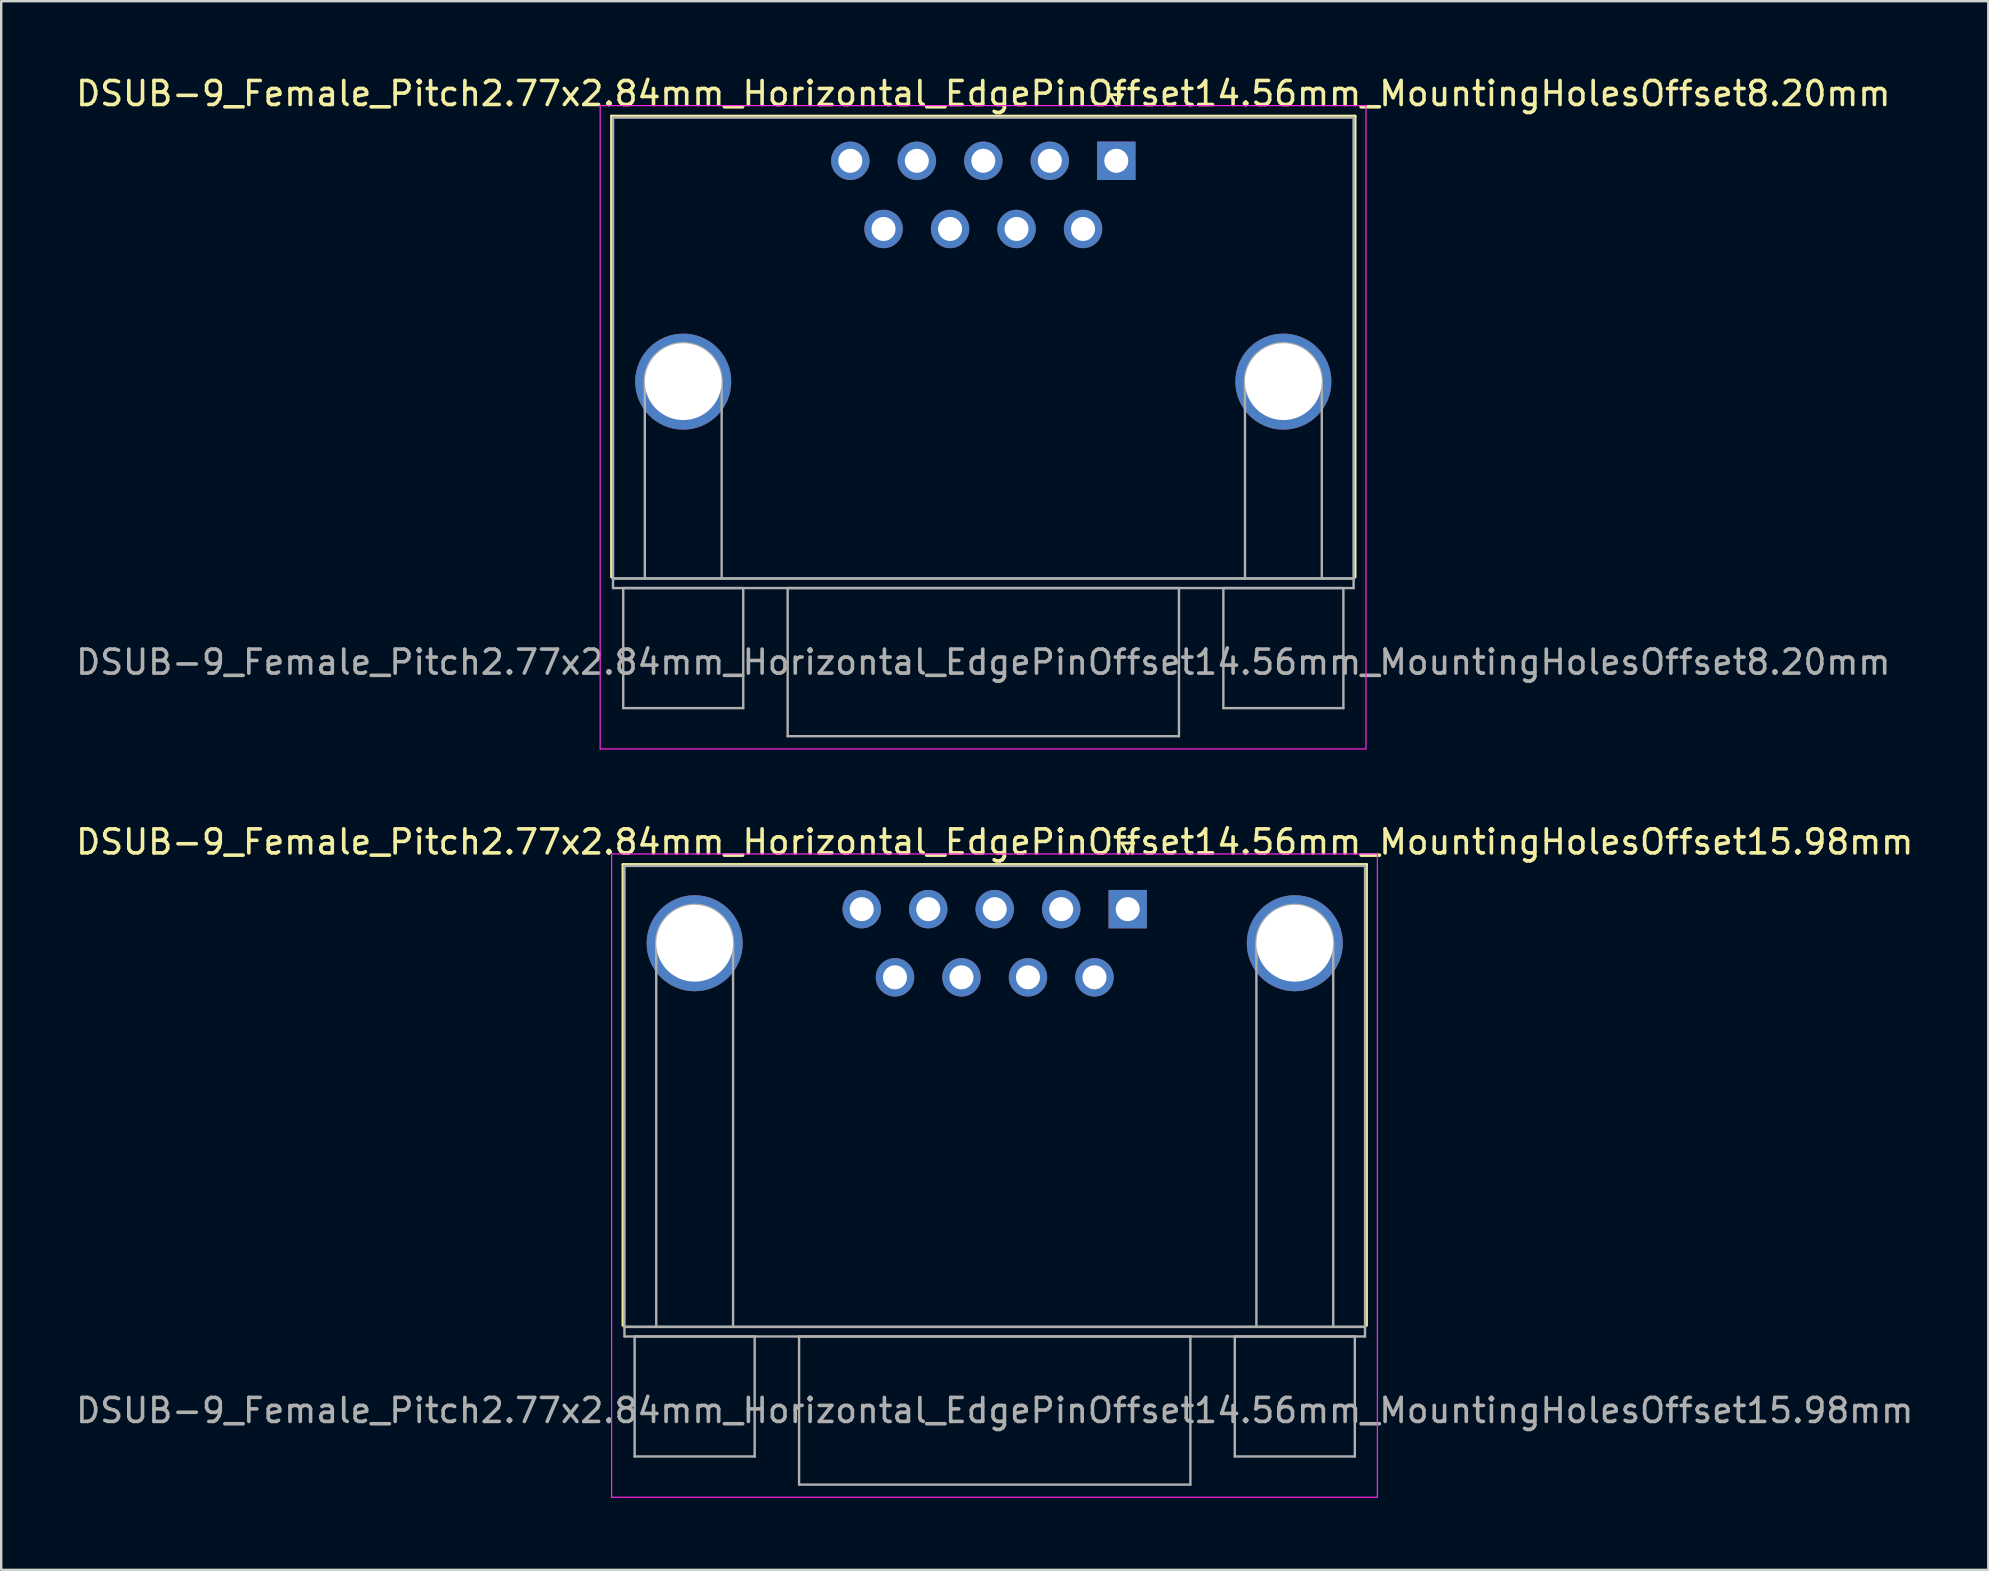
<source format=kicad_pcb>
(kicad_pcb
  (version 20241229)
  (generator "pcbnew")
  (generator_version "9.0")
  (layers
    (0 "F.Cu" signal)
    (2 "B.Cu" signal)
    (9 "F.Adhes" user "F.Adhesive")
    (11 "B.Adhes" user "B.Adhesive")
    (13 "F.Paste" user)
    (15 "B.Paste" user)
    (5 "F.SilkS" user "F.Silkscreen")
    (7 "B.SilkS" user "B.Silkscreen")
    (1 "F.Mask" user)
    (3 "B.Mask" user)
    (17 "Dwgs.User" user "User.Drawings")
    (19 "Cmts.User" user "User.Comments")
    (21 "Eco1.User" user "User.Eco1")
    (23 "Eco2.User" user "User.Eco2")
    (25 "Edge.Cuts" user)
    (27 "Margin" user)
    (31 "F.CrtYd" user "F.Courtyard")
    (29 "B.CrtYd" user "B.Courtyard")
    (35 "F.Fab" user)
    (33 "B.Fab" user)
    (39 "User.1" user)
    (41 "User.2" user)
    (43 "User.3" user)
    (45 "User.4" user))
  (footprint "DSUB-9_Female_Pitch2.77x2.84mm_Horizontal_EdgePinOffset14.56mm_MountingHolesOffset15.98mm"
    (layer "F.Cu")
    (at 43.927 34.822)
    (property "Reference" "DSUB-9_Female_Pitch2.77x2.84mm_Horizontal_EdgePinOffset14.56mm_MountingHolesOffset15.98mm" (at -5.54 -2.8 0) (layer "F.SilkS") (effects (font (size 1 1) (thickness 0.15))))
    (attr through_hole)
    (fp_line (start -21.025 -1.86) (end 9.945 -1.86) (stroke (width 0.12) (type solid)) (layer "F.SilkS"))
    (fp_line (start -21.025 17.34) (end -21.025 -1.86) (stroke (width 0.12) (type solid)) (layer "F.SilkS"))
    (fp_line (start -0.25 -2.754) (end 0.25 -2.754) (stroke (width 0.12) (type solid)) (layer "F.SilkS"))
    (fp_line (start 0 -2.321) (end -0.25 -2.754) (stroke (width 0.12) (type solid)) (layer "F.SilkS"))
    (fp_line (start 0.25 -2.754) (end 0 -2.321) (stroke (width 0.12) (type solid)) (layer "F.SilkS"))
    (fp_line (start 9.945 -1.86) (end 9.945 17.34) (stroke (width 0.12) (type solid)) (layer "F.SilkS"))
    (fp_line (start -21.5 -2.3) (end -21.5 24.5) (stroke (width 0.05) (type solid)) (layer "F.CrtYd"))
    (fp_line (start -21.5 24.5) (end 10.4 24.5) (stroke (width 0.05) (type solid)) (layer "F.CrtYd"))
    (fp_line (start 10.4 -2.3) (end -21.5 -2.3) (stroke (width 0.05) (type solid)) (layer "F.CrtYd"))
    (fp_line (start 10.4 24.5) (end 10.4 -2.3) (stroke (width 0.05) (type solid)) (layer "F.CrtYd"))
    (fp_line (start -20.965 -1.8) (end -20.965 17.4) (stroke (width 0.1) (type solid)) (layer "F.Fab"))
    (fp_line (start -20.965 17.4) (end -20.965 17.8) (stroke (width 0.1) (type solid)) (layer "F.Fab"))
    (fp_line (start -20.965 17.4) (end 9.885 17.4) (stroke (width 0.1) (type solid)) (layer "F.Fab"))
    (fp_line (start -20.965 17.8) (end 9.885 17.8) (stroke (width 0.1) (type solid)) (layer "F.Fab"))
    (fp_line (start -20.54 17.8) (end -20.54 22.8) (stroke (width 0.1) (type solid)) (layer "F.Fab"))
    (fp_line (start -20.54 22.8) (end -15.54 22.8) (stroke (width 0.1) (type solid)) (layer "F.Fab"))
    (fp_line (start -19.64 17.4) (end -19.64 1.42) (stroke (width 0.1) (type solid)) (layer "F.Fab"))
    (fp_line (start -16.44 17.4) (end -16.44 1.42) (stroke (width 0.1) (type solid)) (layer "F.Fab"))
    (fp_line (start -15.54 17.8) (end -20.54 17.8) (stroke (width 0.1) (type solid)) (layer "F.Fab"))
    (fp_line (start -15.54 22.8) (end -15.54 17.8) (stroke (width 0.1) (type solid)) (layer "F.Fab"))
    (fp_line (start -13.69 17.8) (end -13.69 23.97) (stroke (width 0.1) (type solid)) (layer "F.Fab"))
    (fp_line (start -13.69 23.97) (end 2.61 23.97) (stroke (width 0.1) (type solid)) (layer "F.Fab"))
    (fp_line (start 2.61 17.8) (end -13.69 17.8) (stroke (width 0.1) (type solid)) (layer "F.Fab"))
    (fp_line (start 2.61 23.97) (end 2.61 17.8) (stroke (width 0.1) (type solid)) (layer "F.Fab"))
    (fp_line (start 4.46 17.8) (end 4.46 22.8) (stroke (width 0.1) (type solid)) (layer "F.Fab"))
    (fp_line (start 4.46 22.8) (end 9.46 22.8) (stroke (width 0.1) (type solid)) (layer "F.Fab"))
    (fp_line (start 5.36 17.4) (end 5.36 1.42) (stroke (width 0.1) (type solid)) (layer "F.Fab"))
    (fp_line (start 8.56 17.4) (end 8.56 1.42) (stroke (width 0.1) (type solid)) (layer "F.Fab"))
    (fp_line (start 9.46 17.8) (end 4.46 17.8) (stroke (width 0.1) (type solid)) (layer "F.Fab"))
    (fp_line (start 9.46 22.8) (end 9.46 17.8) (stroke (width 0.1) (type solid)) (layer "F.Fab"))
    (fp_line (start 9.885 -1.8) (end -20.965 -1.8) (stroke (width 0.1) (type solid)) (layer "F.Fab"))
    (fp_line (start 9.885 17.4) (end -20.965 17.4) (stroke (width 0.1) (type solid)) (layer "F.Fab"))
    (fp_line (start 9.885 17.4) (end 9.885 -1.8) (stroke (width 0.1) (type solid)) (layer "F.Fab"))
    (fp_line (start 9.885 17.8) (end 9.885 17.4) (stroke (width 0.1) (type solid)) (layer "F.Fab"))
    (fp_arc (start -19.64 1.42) (mid -18.04 -0.18) (end -16.44 1.42) (stroke (width 0.1) (type solid)) (layer "F.Fab"))
    (fp_arc (start 5.36 1.42) (mid 6.96 -0.18) (end 8.56 1.42) (stroke (width 0.1) (type solid)) (layer "F.Fab"))
    (fp_text user "${REFERENCE}" (at -5.54 20.885 0) (layer "F.Fab") (effects (font (size 1 1) (thickness 0.15))))
    (pad "0" thru_hole circle (at -18.04 1.42) (size 4 4) (drill 3.2) (layers "*.Cu" "*.Mask"))
    (pad "0" thru_hole circle (at 6.96 1.42) (size 4 4) (drill 3.2) (layers "*.Cu" "*.Mask"))
    (pad "1" thru_hole rect (at 0 0) (size 1.6 1.6) (drill 1) (layers "*.Cu" "*.Mask"))
    (pad "2" thru_hole circle (at -2.77 0) (size 1.6 1.6) (drill 1) (layers "*.Cu" "*.Mask"))
    (pad "3" thru_hole circle (at -5.54 0) (size 1.6 1.6) (drill 1) (layers "*.Cu" "*.Mask"))
    (pad "4" thru_hole circle (at -8.31 0) (size 1.6 1.6) (drill 1) (layers "*.Cu" "*.Mask"))
    (pad "5" thru_hole circle (at -11.08 0) (size 1.6 1.6) (drill 1) (layers "*.Cu" "*.Mask"))
    (pad "6" thru_hole circle (at -1.385 2.84) (size 1.6 1.6) (drill 1) (layers "*.Cu" "*.Mask"))
    (pad "7" thru_hole circle (at -4.155 2.84) (size 1.6 1.6) (drill 1) (layers "*.Cu" "*.Mask"))
    (pad "8" thru_hole circle (at -6.925 2.84) (size 1.6 1.6) (drill 1) (layers "*.Cu" "*.Mask"))
    (pad "9" thru_hole circle (at -9.695 2.84) (size 1.6 1.6) (drill 1) (layers "*.Cu" "*.Mask")))
  (footprint "DSUB-9_Female_Pitch2.77x2.84mm_Horizontal_EdgePinOffset14.56mm_MountingHolesOffset8.20mm"
    (layer "F.Cu")
    (at 43.451 3.648)
    (property "Reference" "DSUB-9_Female_Pitch2.77x2.84mm_Horizontal_EdgePinOffset14.56mm_MountingHolesOffset8.20mm" (at -5.54 -2.8 0) (layer "F.SilkS") (effects (font (size 1 1) (thickness 0.15))))
    (attr through_hole)
    (fp_line (start -21.025 -1.86) (end 9.945 -1.86) (stroke (width 0.12) (type solid)) (layer "F.SilkS"))
    (fp_line (start -21.025 17.34) (end -21.025 -1.86) (stroke (width 0.12) (type solid)) (layer "F.SilkS"))
    (fp_line (start -0.25 -2.754) (end 0.25 -2.754) (stroke (width 0.12) (type solid)) (layer "F.SilkS"))
    (fp_line (start 0 -2.321) (end -0.25 -2.754) (stroke (width 0.12) (type solid)) (layer "F.SilkS"))
    (fp_line (start 0.25 -2.754) (end 0 -2.321) (stroke (width 0.12) (type solid)) (layer "F.SilkS"))
    (fp_line (start 9.945 -1.86) (end 9.945 17.34) (stroke (width 0.12) (type solid)) (layer "F.SilkS"))
    (fp_line (start -21.5 -2.3) (end -21.5 24.5) (stroke (width 0.05) (type solid)) (layer "F.CrtYd"))
    (fp_line (start -21.5 24.5) (end 10.4 24.5) (stroke (width 0.05) (type solid)) (layer "F.CrtYd"))
    (fp_line (start 10.4 -2.3) (end -21.5 -2.3) (stroke (width 0.05) (type solid)) (layer "F.CrtYd"))
    (fp_line (start 10.4 24.5) (end 10.4 -2.3) (stroke (width 0.05) (type solid)) (layer "F.CrtYd"))
    (fp_line (start -20.965 -1.8) (end -20.965 17.4) (stroke (width 0.1) (type solid)) (layer "F.Fab"))
    (fp_line (start -20.965 17.4) (end -20.965 17.8) (stroke (width 0.1) (type solid)) (layer "F.Fab"))
    (fp_line (start -20.965 17.4) (end 9.885 17.4) (stroke (width 0.1) (type solid)) (layer "F.Fab"))
    (fp_line (start -20.965 17.8) (end 9.885 17.8) (stroke (width 0.1) (type solid)) (layer "F.Fab"))
    (fp_line (start -20.54 17.8) (end -20.54 22.8) (stroke (width 0.1) (type solid)) (layer "F.Fab"))
    (fp_line (start -20.54 22.8) (end -15.54 22.8) (stroke (width 0.1) (type solid)) (layer "F.Fab"))
    (fp_line (start -19.64 17.4) (end -19.64 9.2) (stroke (width 0.1) (type solid)) (layer "F.Fab"))
    (fp_line (start -16.44 17.4) (end -16.44 9.2) (stroke (width 0.1) (type solid)) (layer "F.Fab"))
    (fp_line (start -15.54 17.8) (end -20.54 17.8) (stroke (width 0.1) (type solid)) (layer "F.Fab"))
    (fp_line (start -15.54 22.8) (end -15.54 17.8) (stroke (width 0.1) (type solid)) (layer "F.Fab"))
    (fp_line (start -13.69 17.8) (end -13.69 23.97) (stroke (width 0.1) (type solid)) (layer "F.Fab"))
    (fp_line (start -13.69 23.97) (end 2.61 23.97) (stroke (width 0.1) (type solid)) (layer "F.Fab"))
    (fp_line (start 2.61 17.8) (end -13.69 17.8) (stroke (width 0.1) (type solid)) (layer "F.Fab"))
    (fp_line (start 2.61 23.97) (end 2.61 17.8) (stroke (width 0.1) (type solid)) (layer "F.Fab"))
    (fp_line (start 4.46 17.8) (end 4.46 22.8) (stroke (width 0.1) (type solid)) (layer "F.Fab"))
    (fp_line (start 4.46 22.8) (end 9.46 22.8) (stroke (width 0.1) (type solid)) (layer "F.Fab"))
    (fp_line (start 5.36 17.4) (end 5.36 9.2) (stroke (width 0.1) (type solid)) (layer "F.Fab"))
    (fp_line (start 8.56 17.4) (end 8.56 9.2) (stroke (width 0.1) (type solid)) (layer "F.Fab"))
    (fp_line (start 9.46 17.8) (end 4.46 17.8) (stroke (width 0.1) (type solid)) (layer "F.Fab"))
    (fp_line (start 9.46 22.8) (end 9.46 17.8) (stroke (width 0.1) (type solid)) (layer "F.Fab"))
    (fp_line (start 9.885 -1.8) (end -20.965 -1.8) (stroke (width 0.1) (type solid)) (layer "F.Fab"))
    (fp_line (start 9.885 17.4) (end -20.965 17.4) (stroke (width 0.1) (type solid)) (layer "F.Fab"))
    (fp_line (start 9.885 17.4) (end 9.885 -1.8) (stroke (width 0.1) (type solid)) (layer "F.Fab"))
    (fp_line (start 9.885 17.8) (end 9.885 17.4) (stroke (width 0.1) (type solid)) (layer "F.Fab"))
    (fp_arc (start -19.64 9.2) (mid -18.04 7.6) (end -16.44 9.2) (stroke (width 0.1) (type solid)) (layer "F.Fab"))
    (fp_arc (start 5.36 9.2) (mid 6.96 7.6) (end 8.56 9.2) (stroke (width 0.1) (type solid)) (layer "F.Fab"))
    (fp_text user "${REFERENCE}" (at -5.54 20.885 0) (layer "F.Fab") (effects (font (size 1 1) (thickness 0.15))))
    (pad "0" thru_hole circle (at -18.04 9.2) (size 4 4) (drill 3.2) (layers "*.Cu" "*.Mask"))
    (pad "0" thru_hole circle (at 6.96 9.2) (size 4 4) (drill 3.2) (layers "*.Cu" "*.Mask"))
    (pad "1" thru_hole rect (at 0 0) (size 1.6 1.6) (drill 1) (layers "*.Cu" "*.Mask"))
    (pad "2" thru_hole circle (at -2.77 0) (size 1.6 1.6) (drill 1) (layers "*.Cu" "*.Mask"))
    (pad "3" thru_hole circle (at -5.54 0) (size 1.6 1.6) (drill 1) (layers "*.Cu" "*.Mask"))
    (pad "4" thru_hole circle (at -8.31 0) (size 1.6 1.6) (drill 1) (layers "*.Cu" "*.Mask"))
    (pad "5" thru_hole circle (at -11.08 0) (size 1.6 1.6) (drill 1) (layers "*.Cu" "*.Mask"))
    (pad "6" thru_hole circle (at -1.385 2.84) (size 1.6 1.6) (drill 1) (layers "*.Cu" "*.Mask"))
    (pad "7" thru_hole circle (at -4.155 2.84) (size 1.6 1.6) (drill 1) (layers "*.Cu" "*.Mask"))
    (pad "8" thru_hole circle (at -6.925 2.84) (size 1.6 1.6) (drill 1) (layers "*.Cu" "*.Mask"))
    (pad "9" thru_hole circle (at -9.695 2.84) (size 1.6 1.6) (drill 1) (layers "*.Cu" "*.Mask")))
  (gr_rect
    (start -3 -3)
    (end 79.774 62.346)
    (stroke (width 0.1) (type default))
    (fill no)
    (layer "Edge.Cuts")))
</source>
